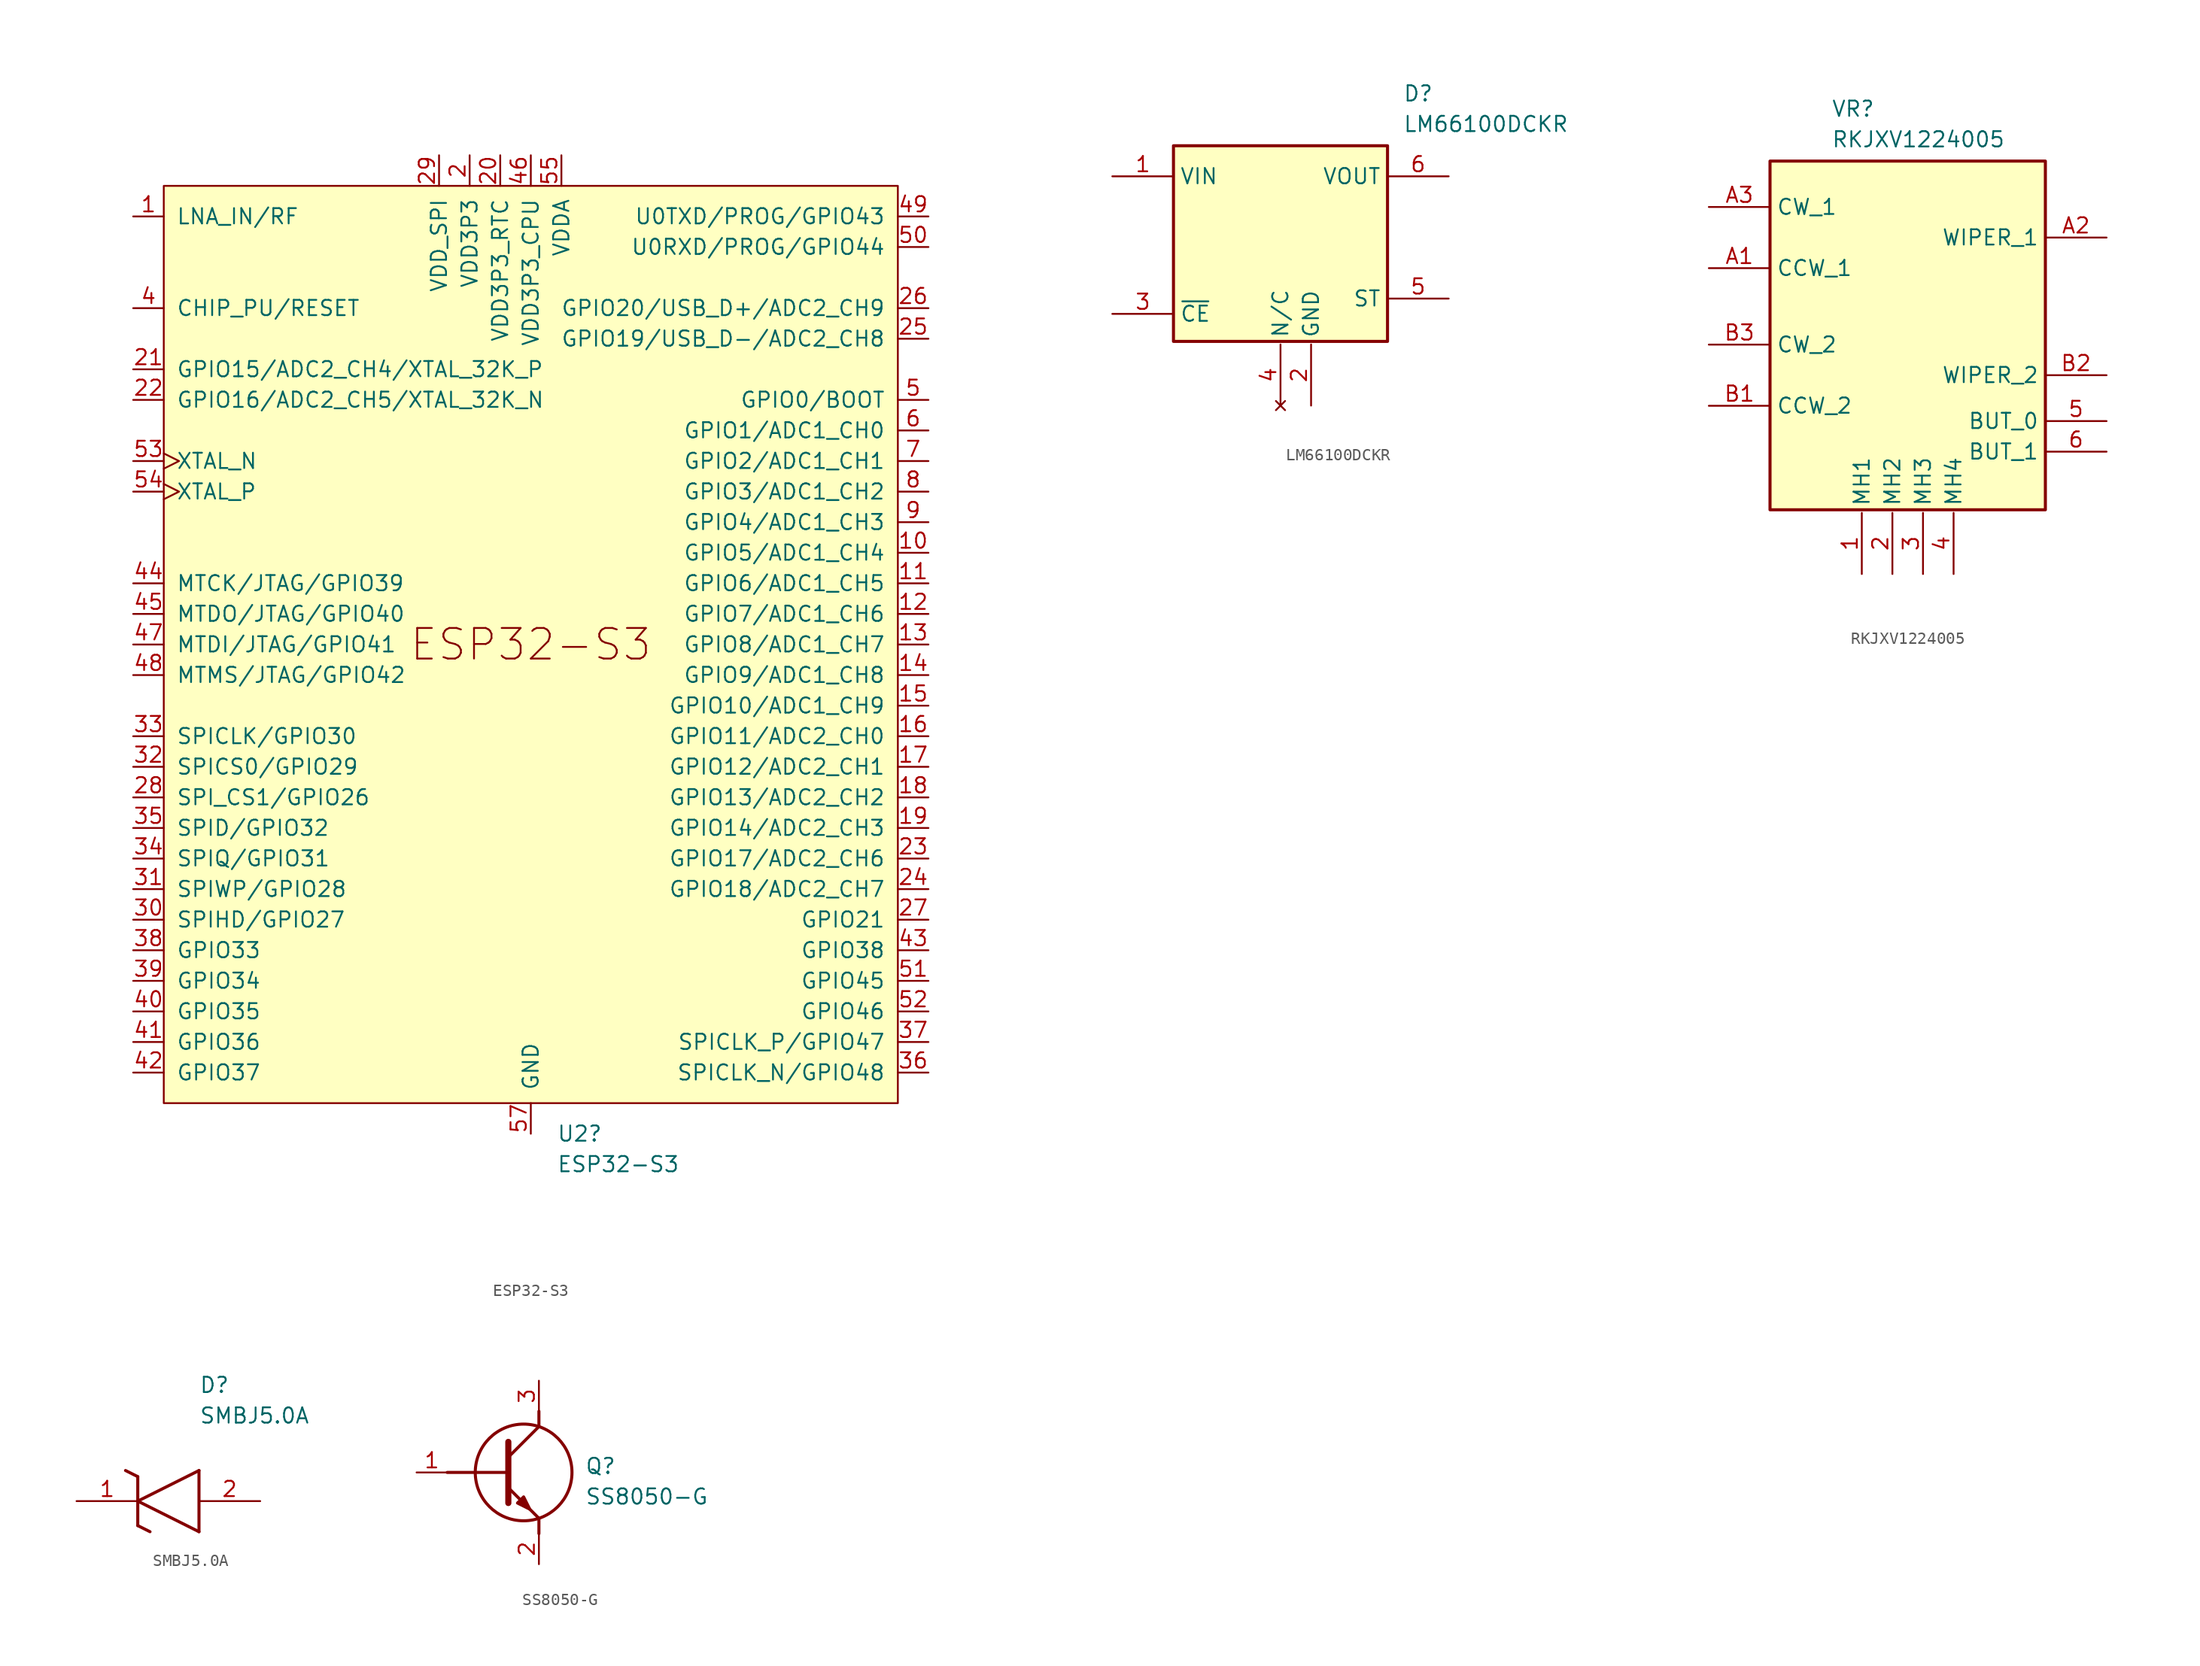
<source format=kicad_sym>
(kicad_symbol_lib
  (version 20241209)
  (generator "kicad_symbol_editor")
  (generator_version "9.0")
  (symbol "ESP32-S3"
    (pin_names
      (offset 1.016))
    (property "Reference" "U2"
      (at 2.143 -40.64 0)
      (effects (font (size 1.27 1.27)) (justify left)))
    (property "Value" "ESP32-S3"
      (at 2.143 -43.18 0)
      (effects (font (size 1.27 1.27)) (justify left)))
    (symbol "ESP32-S3_0_0"
      (text "ESP32-S3" (at 0 0 0) (effects (font (size 2.54 2.54))))
      (pin bidirectional line (at 33.02 -33.02 180) (length 2.54) (name "SPICLK_P/GPIO47" (effects (font (size 1.27 1.27)))) (number "37" (effects (font (size 1.27 1.27)))))
      (pin bidirectional line (at 33.02 -35.56 180) (length 2.54) (name "SPICLK_N/GPIO48" (effects (font (size 1.27 1.27)))) (number "36" (effects (font (size 1.27 1.27))))))
    (symbol "ESP32-S3_0_1"
      (rectangle (start -30.48 38.1) (end 30.48 -38.1) (stroke (width 0) (type default)) (fill (type background))))
    (symbol "ESP32-S3_1_1"
      (pin bidirectional line (at -33.02 35.56 0) (length 2.54) (name "LNA_IN/RF" (effects (font (size 1.27 1.27)))) (number "1" (effects (font (size 1.27 1.27)))))
      (pin input line (at -33.02 27.94 0) (length 2.54) (name "CHIP_PU/RESET" (effects (font (size 1.27 1.27)))) (number "4" (effects (font (size 1.27 1.27)))))
      (pin bidirectional line (at -33.02 22.86 0) (length 2.54) (name "GPIO15/ADC2_CH4/XTAL_32K_P" (effects (font (size 1.27 1.27)))) (number "21" (effects (font (size 1.27 1.27)))))
      (pin bidirectional line (at -33.02 20.32 0) (length 2.54) (name "GPIO16/ADC2_CH5/XTAL_32K_N" (effects (font (size 1.27 1.27)))) (number "22" (effects (font (size 1.27 1.27)))))
      (pin input clock (at -33.02 15.24 0) (length 2.54) (name "XTAL_N" (effects (font (size 1.27 1.27)))) (number "53" (effects (font (size 1.27 1.27)))))
      (pin output clock (at -33.02 12.7 0) (length 2.54) (name "XTAL_P" (effects (font (size 1.27 1.27)))) (number "54" (effects (font (size 1.27 1.27)))))
      (pin bidirectional line (at -33.02 5.08 0) (length 2.54) (name "MTCK/JTAG/GPIO39" (effects (font (size 1.27 1.27)))) (number "44" (effects (font (size 1.27 1.27)))))
      (pin bidirectional line (at -33.02 2.54 0) (length 2.54) (name "MTDO/JTAG/GPIO40" (effects (font (size 1.27 1.27)))) (number "45" (effects (font (size 1.27 1.27)))))
      (pin bidirectional line (at -33.02 0 0) (length 2.54) (name "MTDI/JTAG/GPIO41" (effects (font (size 1.27 1.27)))) (number "47" (effects (font (size 1.27 1.27)))))
      (pin bidirectional line (at -33.02 -2.54 0) (length 2.54) (name "MTMS/JTAG/GPIO42" (effects (font (size 1.27 1.27)))) (number "48" (effects (font (size 1.27 1.27)))))
      (pin bidirectional line (at -33.02 -7.62 0) (length 2.54) (name "SPICLK/GPIO30" (effects (font (size 1.27 1.27)))) (number "33" (effects (font (size 1.27 1.27)))))
      (pin bidirectional line (at -33.02 -10.16 0) (length 2.54) (name "SPICS0/GPIO29" (effects (font (size 1.27 1.27)))) (number "32" (effects (font (size 1.27 1.27)))))
      (pin bidirectional line (at -33.02 -12.7 0) (length 2.54) (name "SPI_CS1/GPIO26" (effects (font (size 1.27 1.27)))) (number "28" (effects (font (size 1.27 1.27)))))
      (pin bidirectional line (at -33.02 -15.24 0) (length 2.54) (name "SPID/GPIO32" (effects (font (size 1.27 1.27)))) (number "35" (effects (font (size 1.27 1.27)))))
      (pin bidirectional line (at -33.02 -17.78 0) (length 2.54) (name "SPIQ/GPIO31" (effects (font (size 1.27 1.27)))) (number "34" (effects (font (size 1.27 1.27)))))
      (pin bidirectional line (at -33.02 -20.32 0) (length 2.54) (name "SPIWP/GPIO28" (effects (font (size 1.27 1.27)))) (number "31" (effects (font (size 1.27 1.27)))))
      (pin bidirectional line (at -33.02 -22.86 0) (length 2.54) (name "SPIHD/GPIO27" (effects (font (size 1.27 1.27)))) (number "30" (effects (font (size 1.27 1.27)))))
      (pin bidirectional line (at -33.02 -25.4 0) (length 2.54) (name "GPIO33" (effects (font (size 1.27 1.27)))) (number "38" (effects (font (size 1.27 1.27)))))
      (pin bidirectional line (at -33.02 -27.94 0) (length 2.54) (name "GPIO34" (effects (font (size 1.27 1.27)))) (number "39" (effects (font (size 1.27 1.27)))))
      (pin bidirectional line (at -33.02 -30.48 0) (length 2.54) (name "GPIO35" (effects (font (size 1.27 1.27)))) (number "40" (effects (font (size 1.27 1.27)))))
      (pin bidirectional line (at -33.02 -33.02 0) (length 2.54) (name "GPIO36" (effects (font (size 1.27 1.27)))) (number "41" (effects (font (size 1.27 1.27)))))
      (pin bidirectional line (at -33.02 -35.56 0) (length 2.54) (name "GPIO37" (effects (font (size 1.27 1.27)))) (number "42" (effects (font (size 1.27 1.27)))))
      (pin power_out line (at -7.62 40.64 270) (length 2.54) (name "VDD_SPI" (effects (font (size 1.27 1.27)))) (number "29" (effects (font (size 1.27 1.27)))))
      (pin power_in line (at -5.08 40.64 270) (length 2.54) (name "VDD3P3" (effects (font (size 1.27 1.27)))) (number "2" (effects (font (size 1.27 1.27)))))
      (pin power_in line (at -5.08 40.64 270) (length 2.54) (hide yes) (name "VDD3P3" (effects (font (size 1.27 1.27)))) (number "3" (effects (font (size 1.27 1.27)))))
      (pin power_in line (at -2.54 40.64 270) (length 2.54) (name "VDD3P3_RTC" (effects (font (size 1.27 1.27)))) (number "20" (effects (font (size 1.27 1.27)))))
      (pin power_in line (at 0 40.64 270) (length 2.54) (name "VDD3P3_CPU" (effects (font (size 1.27 1.27)))) (number "46" (effects (font (size 1.27 1.27)))))
      (pin power_in line (at 0 -40.64 90) (length 2.54) (name "GND" (effects (font (size 1.27 1.27)))) (number "57" (effects (font (size 1.27 1.27)))))
      (pin power_in line (at 2.54 40.64 270) (length 2.54) (name "VDDA" (effects (font (size 1.27 1.27)))) (number "55" (effects (font (size 1.27 1.27)))))
      (pin passive line (at 2.54 40.64 270) (length 2.54) (hide yes) (name "VDDA" (effects (font (size 1.27 1.27)))) (number "56" (effects (font (size 1.27 1.27)))))
      (pin bidirectional line (at 33.02 35.56 180) (length 2.54) (name "U0TXD/PROG/GPIO43" (effects (font (size 1.27 1.27)))) (number "49" (effects (font (size 1.27 1.27)))))
      (pin bidirectional line (at 33.02 33.02 180) (length 2.54) (name "U0RXD/PROG/GPIO44" (effects (font (size 1.27 1.27)))) (number "50" (effects (font (size 1.27 1.27)))))
      (pin bidirectional line (at 33.02 27.94 180) (length 2.54) (name "GPIO20/USB_D+/ADC2_CH9" (effects (font (size 1.27 1.27)))) (number "26" (effects (font (size 1.27 1.27)))))
      (pin bidirectional line (at 33.02 25.4 180) (length 2.54) (name "GPIO19/USB_D-/ADC2_CH8" (effects (font (size 1.27 1.27)))) (number "25" (effects (font (size 1.27 1.27)))))
      (pin bidirectional line (at 33.02 20.32 180) (length 2.54) (name "GPIO0/BOOT" (effects (font (size 1.27 1.27)))) (number "5" (effects (font (size 1.27 1.27)))))
      (pin bidirectional line (at 33.02 17.78 180) (length 2.54) (name "GPIO1/ADC1_CH0" (effects (font (size 1.27 1.27)))) (number "6" (effects (font (size 1.27 1.27)))))
      (pin bidirectional line (at 33.02 15.24 180) (length 2.54) (name "GPIO2/ADC1_CH1" (effects (font (size 1.27 1.27)))) (number "7" (effects (font (size 1.27 1.27)))))
      (pin bidirectional line (at 33.02 12.7 180) (length 2.54) (name "GPIO3/ADC1_CH2" (effects (font (size 1.27 1.27)))) (number "8" (effects (font (size 1.27 1.27)))))
      (pin bidirectional line (at 33.02 10.16 180) (length 2.54) (name "GPIO4/ADC1_CH3" (effects (font (size 1.27 1.27)))) (number "9" (effects (font (size 1.27 1.27)))))
      (pin bidirectional line (at 33.02 7.62 180) (length 2.54) (name "GPIO5/ADC1_CH4" (effects (font (size 1.27 1.27)))) (number "10" (effects (font (size 1.27 1.27)))))
      (pin bidirectional line (at 33.02 5.08 180) (length 2.54) (name "GPIO6/ADC1_CH5" (effects (font (size 1.27 1.27)))) (number "11" (effects (font (size 1.27 1.27)))))
      (pin bidirectional line (at 33.02 2.54 180) (length 2.54) (name "GPIO7/ADC1_CH6" (effects (font (size 1.27 1.27)))) (number "12" (effects (font (size 1.27 1.27)))))
      (pin bidirectional line (at 33.02 0 180) (length 2.54) (name "GPIO8/ADC1_CH7" (effects (font (size 1.27 1.27)))) (number "13" (effects (font (size 1.27 1.27)))))
      (pin bidirectional line (at 33.02 -2.54 180) (length 2.54) (name "GPIO9/ADC1_CH8" (effects (font (size 1.27 1.27)))) (number "14" (effects (font (size 1.27 1.27)))))
      (pin bidirectional line (at 33.02 -5.08 180) (length 2.54) (name "GPIO10/ADC1_CH9" (effects (font (size 1.27 1.27)))) (number "15" (effects (font (size 1.27 1.27)))))
      (pin bidirectional line (at 33.02 -7.62 180) (length 2.54) (name "GPIO11/ADC2_CH0" (effects (font (size 1.27 1.27)))) (number "16" (effects (font (size 1.27 1.27)))))
      (pin bidirectional line (at 33.02 -10.16 180) (length 2.54) (name "GPIO12/ADC2_CH1" (effects (font (size 1.27 1.27)))) (number "17" (effects (font (size 1.27 1.27)))))
      (pin bidirectional line (at 33.02 -12.7 180) (length 2.54) (name "GPIO13/ADC2_CH2" (effects (font (size 1.27 1.27)))) (number "18" (effects (font (size 1.27 1.27)))))
      (pin bidirectional line (at 33.02 -15.24 180) (length 2.54) (name "GPIO14/ADC2_CH3" (effects (font (size 1.27 1.27)))) (number "19" (effects (font (size 1.27 1.27)))))
      (pin bidirectional line (at 33.02 -17.78 180) (length 2.54) (name "GPIO17/ADC2_CH6" (effects (font (size 1.27 1.27)))) (number "23" (effects (font (size 1.27 1.27)))))
      (pin bidirectional line (at 33.02 -20.32 180) (length 2.54) (name "GPIO18/ADC2_CH7" (effects (font (size 1.27 1.27)))) (number "24" (effects (font (size 1.27 1.27)))))
      (pin bidirectional line (at 33.02 -22.86 180) (length 2.54) (name "GPIO21" (effects (font (size 1.27 1.27)))) (number "27" (effects (font (size 1.27 1.27)))))
      (pin bidirectional line (at 33.02 -25.4 180) (length 2.54) (name "GPIO38" (effects (font (size 1.27 1.27)))) (number "43" (effects (font (size 1.27 1.27)))))
      (pin bidirectional line (at 33.02 -27.94 180) (length 2.54) (name "GPIO45" (effects (font (size 1.27 1.27)))) (number "51" (effects (font (size 1.27 1.27)))))
      (pin bidirectional line (at 33.02 -30.48 180) (length 2.54) (name "GPIO46" (effects (font (size 1.27 1.27)))) (number "52" (effects (font (size 1.27 1.27)))))))
  (symbol "LM66100DCKR"
    (property "Reference" "D"
      (at 24.13 7.62 0)
      (effects (font (size 1.27 1.27)) (justify left top)))
    (property "Value" "LM66100DCKR"
      (at 24.13 5.08 0)
      (effects (font (size 1.27 1.27)) (justify left top)))
    (symbol "LM66100DCKR_1_1"
      (rectangle (start 5.08 2.54) (end 22.86 -13.716) (stroke (width 0.254) (type default)) (fill (type background)))
      (pin passive line (at 0 0 0) (length 5.08) (name "VIN" (effects (font (size 1.27 1.27)))) (number "1" (effects (font (size 1.27 1.27)))))
      (pin passive line (at 0 -11.43 0) (length 5.08) (name "~{CE}" (effects (font (size 1.27 1.27)))) (number "3" (effects (font (size 1.27 1.27)))))
      (pin no_connect line (at 13.97 -19.05 90) (length 5.08) (name "N/C" (effects (font (size 1.27 1.27)))) (number "4" (effects (font (size 1.27 1.27)))))
      (pin passive line (at 16.51 -19.05 90) (length 5.08) (name "GND" (effects (font (size 1.27 1.27)))) (number "2" (effects (font (size 1.27 1.27)))))
      (pin passive line (at 27.94 0 180) (length 5.08) (name "VOUT" (effects (font (size 1.27 1.27)))) (number "6" (effects (font (size 1.27 1.27)))))
      (pin passive line (at 27.94 -10.16 180) (length 5.08) (name "ST" (effects (font (size 1.27 1.27)))) (number "5" (effects (font (size 1.27 1.27)))))))
  (symbol "RKJXV1224005"
    (property "Reference" "VR"
      (at 10.16 7.62 0)
      (effects (font (size 1.27 1.27)) (justify left top)))
    (property "Value" "RKJXV1224005"
      (at 10.16 5.08 0)
      (effects (font (size 1.27 1.27)) (justify left top)))
    (symbol "RKJXV1224005_1_1"
      (rectangle (start 5.08 2.54) (end 27.94 -26.416) (stroke (width 0.254) (type default)) (fill (type background)))
      (pin passive line (at 0 -1.27 0) (length 5.08) (name "CW_1" (effects (font (size 1.27 1.27)))) (number "A3" (effects (font (size 1.27 1.27)))))
      (pin passive line (at 0 -6.35 0) (length 5.08) (name "CCW_1" (effects (font (size 1.27 1.27)))) (number "A1" (effects (font (size 1.27 1.27)))))
      (pin passive line (at 0 -12.7 0) (length 5.08) (name "CW_2" (effects (font (size 1.27 1.27)))) (number "B3" (effects (font (size 1.27 1.27)))))
      (pin passive line (at 0 -17.78 0) (length 5.08) (name "CCW_2" (effects (font (size 1.27 1.27)))) (number "B1" (effects (font (size 1.27 1.27)))))
      (pin passive line (at 12.7 -31.75 90) (length 5.08) (name "MH1" (effects (font (size 1.27 1.27)))) (number "1" (effects (font (size 1.27 1.27)))))
      (pin passive line (at 15.24 -31.75 90) (length 5.08) (name "MH2" (effects (font (size 1.27 1.27)))) (number "2" (effects (font (size 1.27 1.27)))))
      (pin passive line (at 17.78 -31.75 90) (length 5.08) (name "MH3" (effects (font (size 1.27 1.27)))) (number "3" (effects (font (size 1.27 1.27)))))
      (pin passive line (at 20.32 -31.75 90) (length 5.08) (name "MH4" (effects (font (size 1.27 1.27)))) (number "4" (effects (font (size 1.27 1.27)))))
      (pin passive line (at 33.02 -3.81 180) (length 5.08) (name "WIPER_1" (effects (font (size 1.27 1.27)))) (number "A2" (effects (font (size 1.27 1.27)))))
      (pin passive line (at 33.02 -15.24 180) (length 5.08) (name "WIPER_2" (effects (font (size 1.27 1.27)))) (number "B2" (effects (font (size 1.27 1.27)))))
      (pin passive line (at 33.02 -19.05 180) (length 5.08) (name "BUT_0" (effects (font (size 1.27 1.27)))) (number "5" (effects (font (size 1.27 1.27)))))
      (pin passive line (at 33.02 -21.59 180) (length 5.08) (name "BUT_1" (effects (font (size 1.27 1.27)))) (number "6" (effects (font (size 1.27 1.27)))))))
  (symbol "SMBJ5.0A"
    (pin_names
      (hide yes))
    (property "Reference" "D"
      (at 10.16 8.89 0)
      (effects (font (size 1.27 1.27)) (justify left bottom)))
    (property "Value" "SMBJ5.0A"
      (at 10.16 6.35 0)
      (effects (font (size 1.27 1.27)) (justify left bottom)))
    (symbol "SMBJ5.0A_1_1"
      (polyline (pts (xy 4.064 2.54) (xy 5.08 2.032)) (stroke (width 0.254) (type default)) (fill (type none)))
      (polyline (pts (xy 5.08 0) (xy 10.16 2.54)) (stroke (width 0.254) (type default)) (fill (type none)))
      (polyline (pts (xy 5.08 -2.032) (xy 5.08 2.032)) (stroke (width 0.254) (type default)) (fill (type none)))
      (polyline (pts (xy 5.08 -2.032) (xy 6.096 -2.54)) (stroke (width 0.254) (type default)) (fill (type none)))
      (polyline (pts (xy 10.16 -2.54) (xy 5.08 0)) (stroke (width 0.254) (type default)) (fill (type none)))
      (polyline (pts (xy 10.16 -2.54) (xy 10.16 2.54)) (stroke (width 0.254) (type default)) (fill (type none)))
      (pin bidirectional line (at 0 0 0) (length 5.08) (name "K" (effects (font (size 1.27 1.27)))) (number "1" (effects (font (size 1.27 1.27)))))
      (pin bidirectional line (at 15.24 0 180) (length 5.08) (name "A" (effects (font (size 1.27 1.27)))) (number "2" (effects (font (size 1.27 1.27)))))))
  (symbol "SS8050-G"
    (pin_names
      (hide yes))
    (property "Reference" "Q"
      (at 13.97 1.27 0)
      (effects (font (size 1.27 1.27)) (justify left top)))
    (property "Value" "SS8050-G"
      (at 13.97 -1.27 0)
      (effects (font (size 1.27 1.27)) (justify left top)))
    (symbol "SS8050-G_1_1"
      (polyline (pts (xy 2.54 0) (xy 7.62 0)) (stroke (width 0.254) (type default)) (fill (type none)))
      (polyline (pts (xy 7.62 2.54) (xy 7.62 -2.54)) (stroke (width 0.508) (type default)) (fill (type none)))
      (polyline (pts (xy 7.62 1.27) (xy 10.16 3.81)) (stroke (width 0.254) (type default)) (fill (type none)))
      (polyline (pts (xy 7.62 -1.27) (xy 10.16 -3.81)) (stroke (width 0.254) (type default)) (fill (type none)))
      (polyline (pts (xy 8.382 -2.54) (xy 8.89 -2.032) (xy 9.398 -3.048) (xy 8.382 -2.54)) (stroke (width 0.254) (type default)) (fill (type outline)))
      (circle (center 8.89 0) (radius 4.016) (stroke (width 0.254) (type default)) (fill (type none)))
      (polyline (pts (xy 10.16 3.81) (xy 10.16 5.08)) (stroke (width 0.254) (type default)) (fill (type none)))
      (polyline (pts (xy 10.16 -3.81) (xy 10.16 -5.08)) (stroke (width 0.254) (type default)) (fill (type none)))
      (pin passive line (at 0 0 0) (length 2.54) (name "B" (effects (font (size 1.27 1.27)))) (number "1" (effects (font (size 1.27 1.27)))))
      (pin passive line (at 10.16 7.62 270) (length 2.54) (name "C" (effects (font (size 1.27 1.27)))) (number "3" (effects (font (size 1.27 1.27)))))
      (pin passive line (at 10.16 -7.62 90) (length 2.54) (name "E" (effects (font (size 1.27 1.27)))) (number "2" (effects (font (size 1.27 1.27))))))))
</source>
